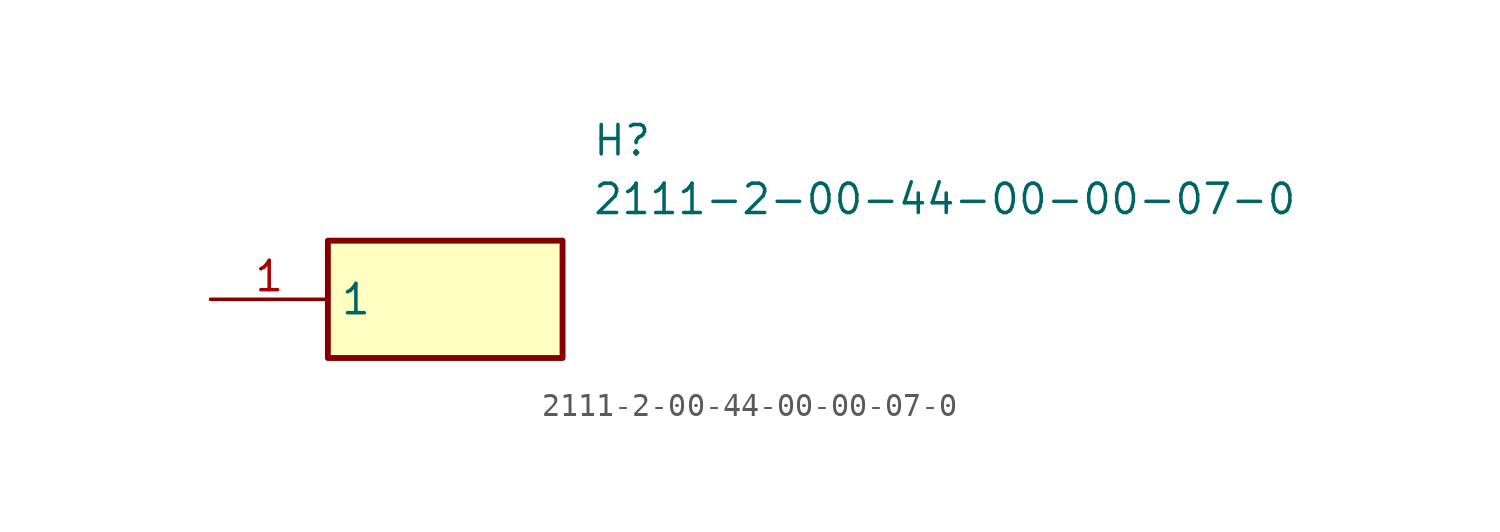
<source format=kicad_sym>
(kicad_symbol_lib
  (version 20211014)
  (generator SamacSys_ECAD_Model)
  (symbol "2111-2-00-44-00-00-07-0"
    (property "Reference" "H"
      (at 16.51 7.62 0)
      (effects (font (size 1.27 1.27)) (justify left top)))
    (property "Value" "2111-2-00-44-00-00-07-0"
      (at 16.51 5.08 0)
      (effects (font (size 1.27 1.27)) (justify left top)))
    (rectangle
      (start 5.08 2.54)
      (end 15.24 -2.54)
      (stroke (width 0.254) (type default))
      (fill (type background)))
    (pin passive line
      (at 0 0 0)
      (length 5.08)
      (name "1" (effects (font (size 1.27 1.27))))
      (number "1" (effects (font (size 1.27 1.27)))))))
</source>
